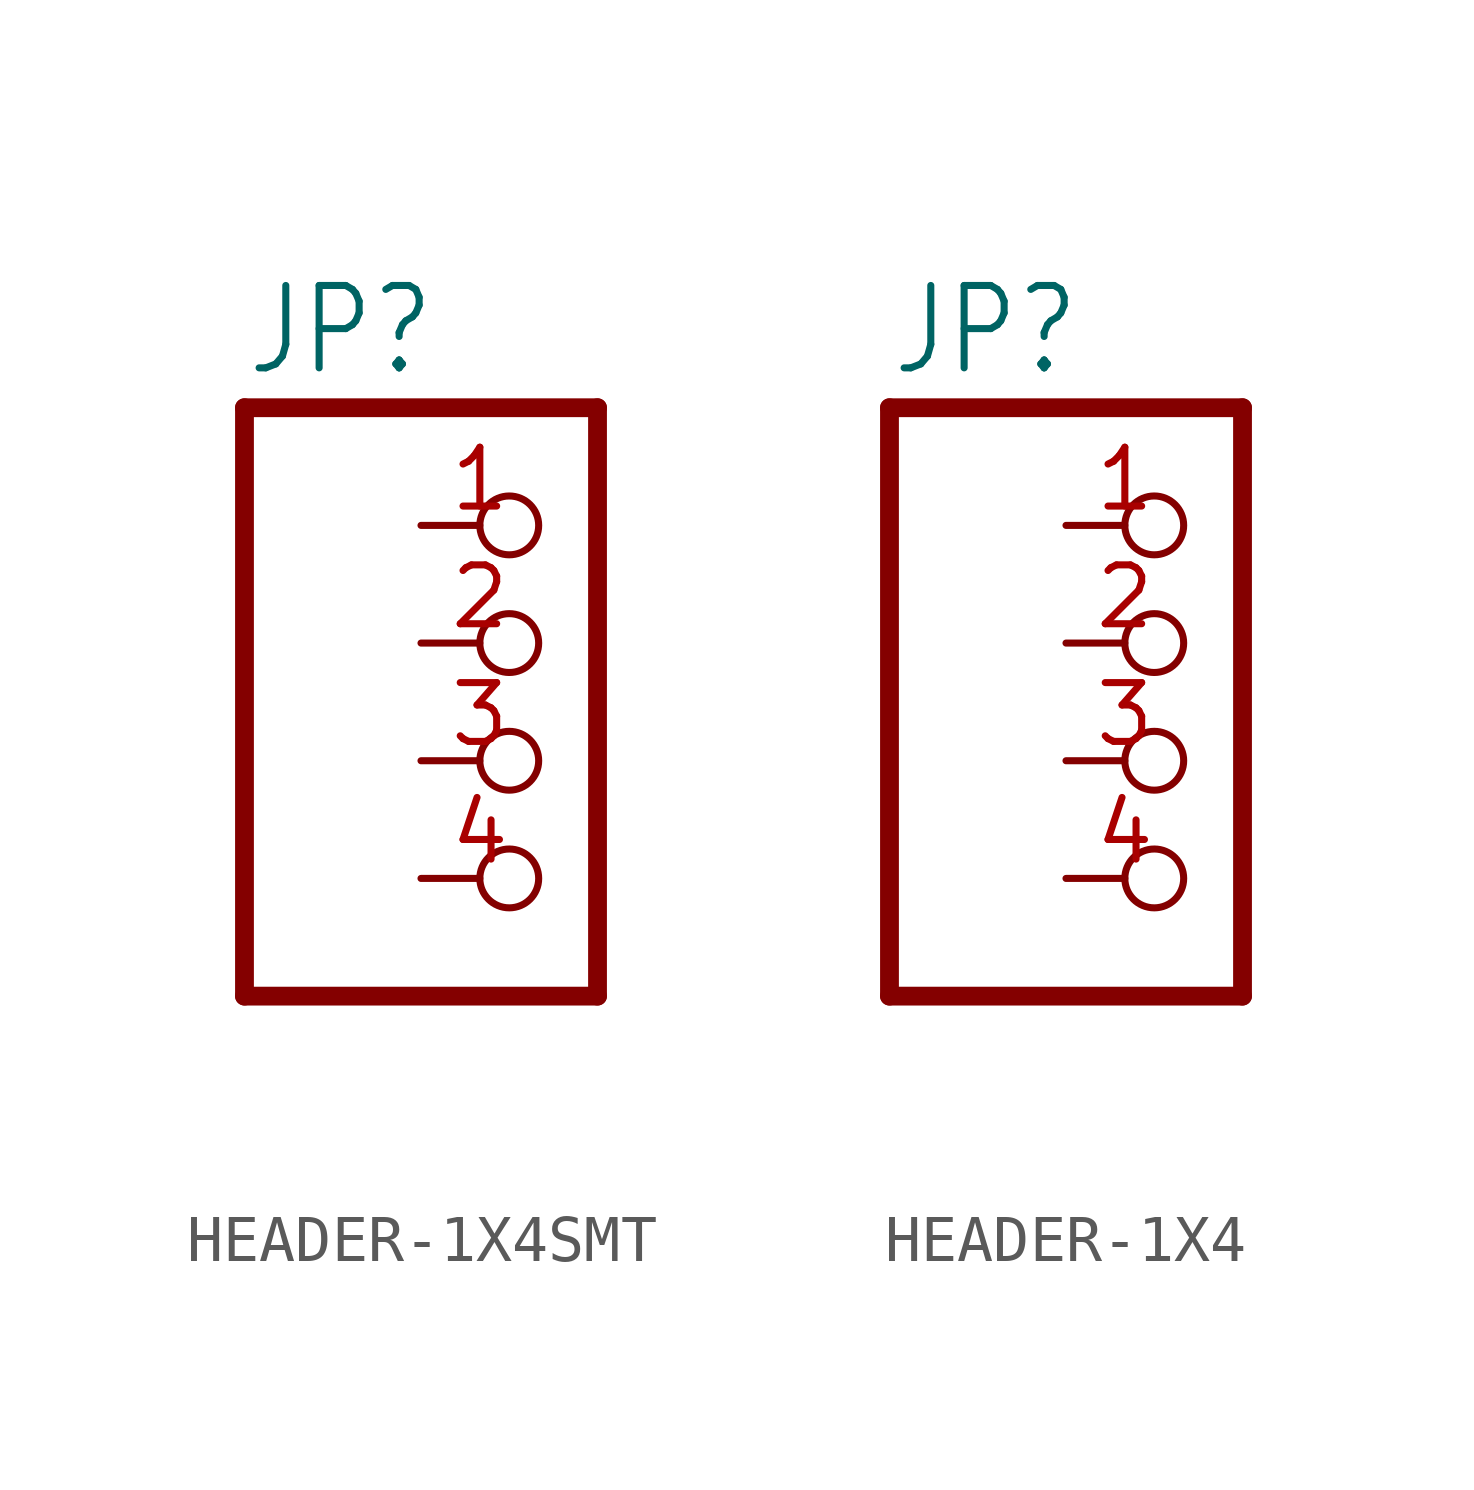
<source format=kicad_sym>
(kicad_symbol_lib
  (version 20231120)
  (generator "kicad_symbol_editor")
  (generator_version "8.0")
  (symbol "HEADER-1X4SMT"
    (property "Reference" "JP"
      (at -6.35 8.255 0)
      (effects (font (size 1.778 1.511)) (justify left bottom)))
    (property "Value" ""
      (at -6.35 -7.62 0)
      (effects (font (size 1.778 1.511)) (justify left bottom)))
    (property "ki_locked" ""
      (at 0 0 0)
      (effects (font (size 1.27 1.27))))
    (symbol "HEADER-1X4SMT_1_0"
      (polyline (pts (xy -6.35 -5.08) (xy 1.27 -5.08)) (stroke (width 0.406) (type solid)) (fill (type none)))
      (polyline (pts (xy -6.35 7.62) (xy -6.35 -5.08)) (stroke (width 0.406) (type solid)) (fill (type none)))
      (polyline (pts (xy 1.27 -5.08) (xy 1.27 7.62)) (stroke (width 0.406) (type solid)) (fill (type none)))
      (polyline (pts (xy 1.27 7.62) (xy -6.35 7.62)) (stroke (width 0.406) (type solid)) (fill (type none)))
      (pin passive inverted (at -2.54 5.08 0) (length 2.54) (name "1" (effects (font (size 0 0)))) (number "1" (effects (font (size 1.27 1.27)))))
      (pin passive inverted (at -2.54 2.54 0) (length 2.54) (name "2" (effects (font (size 0 0)))) (number "2" (effects (font (size 1.27 1.27)))))
      (pin passive inverted (at -2.54 0 0) (length 2.54) (name "3" (effects (font (size 0 0)))) (number "3" (effects (font (size 1.27 1.27)))))
      (pin passive inverted (at -2.54 -2.54 0) (length 2.54) (name "4" (effects (font (size 0 0)))) (number "4" (effects (font (size 1.27 1.27)))))))
  (symbol "HEADER-1X4"
    (property "Reference" "JP"
      (at -6.35 8.255 0)
      (effects (font (size 1.778 1.511)) (justify left bottom)))
    (property "Value" ""
      (at -6.35 -7.62 0)
      (effects (font (size 1.778 1.511)) (justify left bottom)))
    (property "ki_locked" ""
      (at 0 0 0)
      (effects (font (size 1.27 1.27))))
    (symbol "HEADER-1X4_1_0"
      (polyline (pts (xy -6.35 -5.08) (xy 1.27 -5.08)) (stroke (width 0.406) (type solid)) (fill (type none)))
      (polyline (pts (xy -6.35 7.62) (xy -6.35 -5.08)) (stroke (width 0.406) (type solid)) (fill (type none)))
      (polyline (pts (xy 1.27 -5.08) (xy 1.27 7.62)) (stroke (width 0.406) (type solid)) (fill (type none)))
      (polyline (pts (xy 1.27 7.62) (xy -6.35 7.62)) (stroke (width 0.406) (type solid)) (fill (type none)))
      (pin passive inverted (at -2.54 5.08 0) (length 2.54) (name "1" (effects (font (size 0 0)))) (number "1" (effects (font (size 1.27 1.27)))))
      (pin passive inverted (at -2.54 2.54 0) (length 2.54) (name "2" (effects (font (size 0 0)))) (number "2" (effects (font (size 1.27 1.27)))))
      (pin passive inverted (at -2.54 0 0) (length 2.54) (name "3" (effects (font (size 0 0)))) (number "3" (effects (font (size 1.27 1.27)))))
      (pin passive inverted (at -2.54 -2.54 0) (length 2.54) (name "4" (effects (font (size 0 0)))) (number "4" (effects (font (size 1.27 1.27))))))))
</source>
